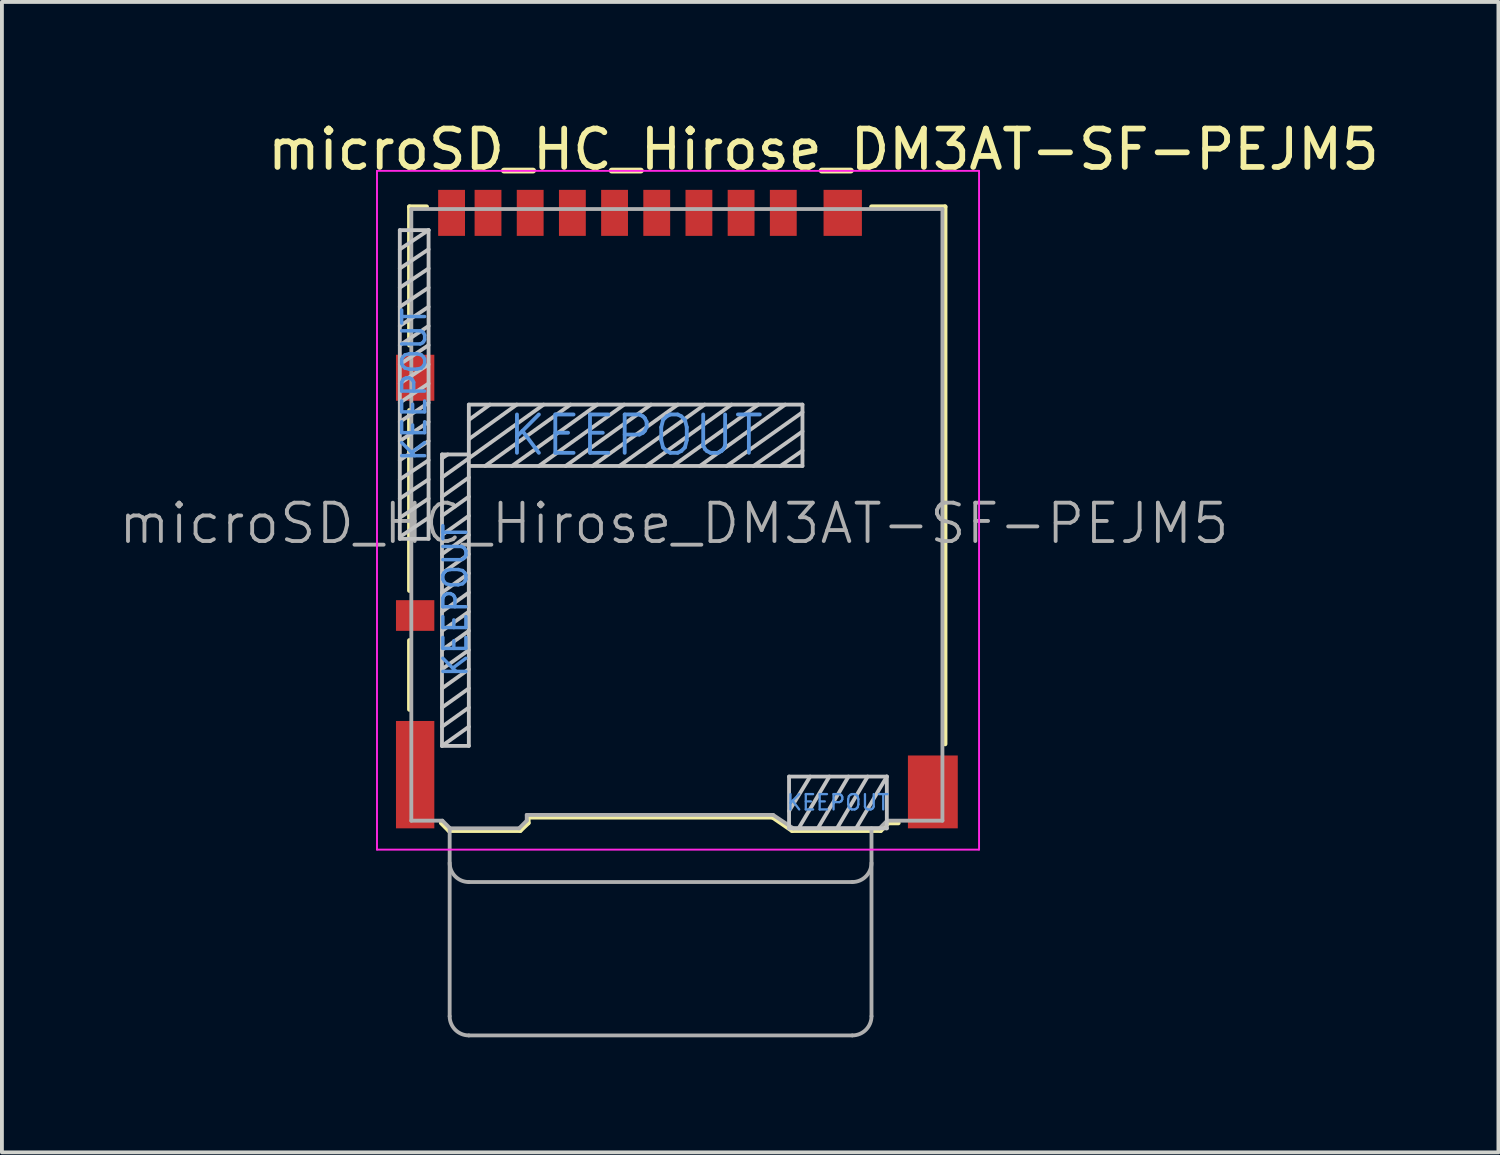
<source format=kicad_pcb>
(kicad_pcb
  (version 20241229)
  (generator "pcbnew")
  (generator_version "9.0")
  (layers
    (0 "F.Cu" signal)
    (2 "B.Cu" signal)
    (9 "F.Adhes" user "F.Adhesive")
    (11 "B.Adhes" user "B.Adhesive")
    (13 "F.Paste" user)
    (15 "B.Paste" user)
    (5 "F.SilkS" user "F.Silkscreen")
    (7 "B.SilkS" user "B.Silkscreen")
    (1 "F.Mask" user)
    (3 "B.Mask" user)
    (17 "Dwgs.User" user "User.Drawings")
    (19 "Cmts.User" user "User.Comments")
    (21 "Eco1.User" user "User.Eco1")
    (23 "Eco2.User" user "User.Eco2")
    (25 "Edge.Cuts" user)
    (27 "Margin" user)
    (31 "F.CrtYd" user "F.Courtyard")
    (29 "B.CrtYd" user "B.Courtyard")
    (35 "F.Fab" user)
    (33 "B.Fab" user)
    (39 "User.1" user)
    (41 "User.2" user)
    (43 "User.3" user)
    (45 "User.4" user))
  (footprint "microSD_HC_Hirose_DM3AT-SF-PEJM5"
    (layer "F.Cu")
    (at 14.601 10.226)
    (property "Reference" "microSD_HC_Hirose_DM3AT-SF-PEJM5" (at 3.823 -9.378 0) (layer "F.SilkS") (effects (font (size 1 1) (thickness 0.15))))
    (attr smd)
    (fp_line (start -6.975 -7.885) (end -6.975 -4.275) (stroke (width 0.12) (type solid)) (layer "F.SilkS"))
    (fp_line (start -6.975 -2.575) (end -6.975 2.125) (stroke (width 0.12) (type solid)) (layer "F.SilkS"))
    (fp_line (start -6.975 3.425) (end -6.975 5.225) (stroke (width 0.12) (type solid)) (layer "F.SilkS"))
    (fp_line (start -6.525 -7.885) (end -6.975 -7.885) (stroke (width 0.12) (type solid)) (layer "F.SilkS"))
    (fp_line (start -5.945 8.385) (end -6.145 8.185) (stroke (width 0.12) (type solid)) (layer "F.SilkS"))
    (fp_line (start -5.945 8.385) (end -4.085 8.385) (stroke (width 0.12) (type solid)) (layer "F.SilkS"))
    (fp_line (start -4.085 8.385) (end -3.875 8.185) (stroke (width 0.12) (type solid)) (layer "F.SilkS"))
    (fp_line (start -3.875 8.035) (end -3.875 8.185) (stroke (width 0.12) (type solid)) (layer "F.SilkS"))
    (fp_line (start -3.875 8.035) (end 2.495 8.035) (stroke (width 0.12) (type solid)) (layer "F.SilkS"))
    (fp_line (start 3.005 8.385) (end 2.495 8.035) (stroke (width 0.12) (type solid)) (layer "F.SilkS"))
    (fp_line (start 5.075 -7.885) (end 6.995 -7.885) (stroke (width 0.12) (type solid)) (layer "F.SilkS"))
    (fp_line (start 5.315 8.385) (end 3.005 8.385) (stroke (width 0.12) (type solid)) (layer "F.SilkS"))
    (fp_line (start 5.315 8.385) (end 5.515 8.185) (stroke (width 0.12) (type solid)) (layer "F.SilkS"))
    (fp_line (start 5.515 8.185) (end 5.775 8.185) (stroke (width 0.12) (type solid)) (layer "F.SilkS"))
    (fp_line (start 6.995 -7.885) (end 6.995 6.125) (stroke (width 0.12) (type solid)) (layer "F.SilkS"))
    (fp_line (start -7.225 -7.275) (end -6.475 -7.275) (stroke (width 0.1) (type solid)) (layer "Dwgs.User"))
    (fp_line (start -7.225 0.775) (end -7.225 -7.275) (stroke (width 0.1) (type solid)) (layer "Dwgs.User"))
    (fp_line (start -6.475 -7.275) (end -7.225 -6.775) (stroke (width 0.1) (type solid)) (layer "Dwgs.User"))
    (fp_line (start -6.475 -7.275) (end -6.475 0.775) (stroke (width 0.1) (type solid)) (layer "Dwgs.User"))
    (fp_line (start -6.475 -6.775) (end -7.225 -6.275) (stroke (width 0.1) (type solid)) (layer "Dwgs.User"))
    (fp_line (start -6.475 -6.275) (end -7.225 -5.775) (stroke (width 0.1) (type solid)) (layer "Dwgs.User"))
    (fp_line (start -6.475 -5.775) (end -7.225 -5.275) (stroke (width 0.1) (type solid)) (layer "Dwgs.User"))
    (fp_line (start -6.475 -5.275) (end -7.225 -4.775) (stroke (width 0.1) (type solid)) (layer "Dwgs.User"))
    (fp_line (start -6.475 -4.775) (end -7.225 -4.275) (stroke (width 0.1) (type solid)) (layer "Dwgs.User"))
    (fp_line (start -6.475 -4.275) (end -7.225 -3.775) (stroke (width 0.1) (type solid)) (layer "Dwgs.User"))
    (fp_line (start -6.475 -3.775) (end -7.225 -3.275) (stroke (width 0.1) (type solid)) (layer "Dwgs.User"))
    (fp_line (start -6.475 -3.275) (end -7.225 -2.775) (stroke (width 0.1) (type solid)) (layer "Dwgs.User"))
    (fp_line (start -6.475 -2.775) (end -7.225 -2.275) (stroke (width 0.1) (type solid)) (layer "Dwgs.User"))
    (fp_line (start -6.475 -2.275) (end -7.225 -1.775) (stroke (width 0.1) (type solid)) (layer "Dwgs.User"))
    (fp_line (start -6.475 -1.775) (end -7.225 -1.275) (stroke (width 0.1) (type solid)) (layer "Dwgs.User"))
    (fp_line (start -6.475 -1.275) (end -7.225 -0.775) (stroke (width 0.1) (type solid)) (layer "Dwgs.User"))
    (fp_line (start -6.475 -0.775) (end -7.225 -0.275) (stroke (width 0.1) (type solid)) (layer "Dwgs.User"))
    (fp_line (start -6.475 -0.275) (end -7.225 0.225) (stroke (width 0.1) (type solid)) (layer "Dwgs.User"))
    (fp_line (start -6.475 0.225) (end -7.225 0.725) (stroke (width 0.1) (type solid)) (layer "Dwgs.User"))
    (fp_line (start -6.475 0.775) (end -7.225 0.775) (stroke (width 0.1) (type solid)) (layer "Dwgs.User"))
    (fp_line (start -6.125 -1.425) (end -5.425 -1.425) (stroke (width 0.1) (type solid)) (layer "Dwgs.User"))
    (fp_line (start -6.125 -1.325) (end -5.975 -1.425) (stroke (width 0.1) (type solid)) (layer "Dwgs.User"))
    (fp_line (start -6.125 -0.825) (end -5.425 -1.325) (stroke (width 0.1) (type solid)) (layer "Dwgs.User"))
    (fp_line (start -6.125 -0.325) (end -5.425 -0.825) (stroke (width 0.1) (type solid)) (layer "Dwgs.User"))
    (fp_line (start -6.125 0.175) (end -5.425 -0.325) (stroke (width 0.1) (type solid)) (layer "Dwgs.User"))
    (fp_line (start -6.125 0.675) (end -5.425 0.175) (stroke (width 0.1) (type solid)) (layer "Dwgs.User"))
    (fp_line (start -6.125 1.175) (end -5.425 0.675) (stroke (width 0.1) (type solid)) (layer "Dwgs.User"))
    (fp_line (start -6.125 1.675) (end -5.425 1.175) (stroke (width 0.1) (type solid)) (layer "Dwgs.User"))
    (fp_line (start -6.125 2.175) (end -5.425 1.675) (stroke (width 0.1) (type solid)) (layer "Dwgs.User"))
    (fp_line (start -6.125 2.675) (end -5.425 2.175) (stroke (width 0.1) (type solid)) (layer "Dwgs.User"))
    (fp_line (start -6.125 3.175) (end -5.425 2.675) (stroke (width 0.1) (type solid)) (layer "Dwgs.User"))
    (fp_line (start -6.125 3.675) (end -5.425 3.175) (stroke (width 0.1) (type solid)) (layer "Dwgs.User"))
    (fp_line (start -6.125 4.175) (end -5.425 3.675) (stroke (width 0.1) (type solid)) (layer "Dwgs.User"))
    (fp_line (start -6.125 4.675) (end -5.425 4.175) (stroke (width 0.1) (type solid)) (layer "Dwgs.User"))
    (fp_line (start -6.125 5.175) (end -5.425 4.675) (stroke (width 0.1) (type solid)) (layer "Dwgs.User"))
    (fp_line (start -6.125 5.675) (end -5.425 5.175) (stroke (width 0.1) (type solid)) (layer "Dwgs.User"))
    (fp_line (start -6.125 6.175) (end -6.125 -1.425) (stroke (width 0.1) (type solid)) (layer "Dwgs.User"))
    (fp_line (start -6.125 6.175) (end -5.425 5.675) (stroke (width 0.1) (type solid)) (layer "Dwgs.User"))
    (fp_line (start -5.425 -2.725) (end -5.425 6.175) (stroke (width 0.1) (type solid)) (layer "Dwgs.User"))
    (fp_line (start -5.425 -2.725) (end 3.275 -2.725) (stroke (width 0.1) (type solid)) (layer "Dwgs.User"))
    (fp_line (start -5.425 -1.325) (end -3.475 -2.725) (stroke (width 0.1) (type solid)) (layer "Dwgs.User"))
    (fp_line (start -5.425 6.175) (end -6.125 6.175) (stroke (width 0.1) (type solid)) (layer "Dwgs.User"))
    (fp_line (start -4.875 -2.725) (end -5.425 -2.325) (stroke (width 0.1) (type solid)) (layer "Dwgs.User"))
    (fp_line (start -4.175 -2.725) (end -5.425 -1.825) (stroke (width 0.1) (type solid)) (layer "Dwgs.User"))
    (fp_line (start -2.775 -2.725) (end -5 -1.125) (stroke (width 0.1) (type solid)) (layer "Dwgs.User"))
    (fp_line (start -2.075 -2.725) (end -4.3 -1.125) (stroke (width 0.1) (type solid)) (layer "Dwgs.User"))
    (fp_line (start -1.375 -2.725) (end -3.6 -1.125) (stroke (width 0.1) (type solid)) (layer "Dwgs.User"))
    (fp_line (start -0.675 -2.725) (end -2.9 -1.125) (stroke (width 0.1) (type solid)) (layer "Dwgs.User"))
    (fp_line (start 0.025 -2.725) (end -2.2 -1.125) (stroke (width 0.1) (type solid)) (layer "Dwgs.User"))
    (fp_line (start 0.725 -2.725) (end -1.5 -1.125) (stroke (width 0.1) (type solid)) (layer "Dwgs.User"))
    (fp_line (start 1.425 -2.725) (end -0.8 -1.125) (stroke (width 0.1) (type solid)) (layer "Dwgs.User"))
    (fp_line (start 2.125 -2.725) (end -0.1 -1.125) (stroke (width 0.1) (type solid)) (layer "Dwgs.User"))
    (fp_line (start 2.825 -2.725) (end 0.6 -1.125) (stroke (width 0.1) (type solid)) (layer "Dwgs.User"))
    (fp_line (start 2.925 6.975) (end 5.475 6.975) (stroke (width 0.1) (type solid)) (layer "Dwgs.User"))
    (fp_line (start 2.925 8.325) (end 2.925 6.975) (stroke (width 0.1) (type solid)) (layer "Dwgs.User"))
    (fp_line (start 3.275 -2.725) (end 3.275 -1.125) (stroke (width 0.1) (type solid)) (layer "Dwgs.User"))
    (fp_line (start 3.275 -2.525) (end 1.3 -1.125) (stroke (width 0.1) (type solid)) (layer "Dwgs.User"))
    (fp_line (start 3.275 -2.025) (end 2 -1.125) (stroke (width 0.1) (type solid)) (layer "Dwgs.User"))
    (fp_line (start 3.275 -1.525) (end 2.7 -1.125) (stroke (width 0.1) (type solid)) (layer "Dwgs.User"))
    (fp_line (start 3.275 -1.125) (end -5.425 -1.125) (stroke (width 0.1) (type solid)) (layer "Dwgs.User"))
    (fp_line (start 3.475 6.975) (end 2.925 7.875) (stroke (width 0.1) (type solid)) (layer "Dwgs.User"))
    (fp_line (start 3.975 6.975) (end 3.175 8.325) (stroke (width 0.1) (type solid)) (layer "Dwgs.User"))
    (fp_line (start 4.475 6.975) (end 3.675 8.325) (stroke (width 0.1) (type solid)) (layer "Dwgs.User"))
    (fp_line (start 4.975 6.975) (end 4.175 8.325) (stroke (width 0.1) (type solid)) (layer "Dwgs.User"))
    (fp_line (start 5.475 6.975) (end 4.675 8.325) (stroke (width 0.1) (type solid)) (layer "Dwgs.User"))
    (fp_line (start 5.475 6.975) (end 5.475 8.325) (stroke (width 0.1) (type solid)) (layer "Dwgs.User"))
    (fp_line (start 5.475 8.325) (end 2.925 8.325) (stroke (width 0.1) (type solid)) (layer "Dwgs.User"))
    (fp_line (start -7.82 -8.82) (end 7.88 -8.82) (stroke (width 0.05) (type solid)) (layer "F.CrtYd"))
    (fp_line (start -7.82 8.88) (end -7.82 -8.82) (stroke (width 0.05) (type solid)) (layer "F.CrtYd"))
    (fp_line (start 7.88 -8.82) (end 7.88 8.88) (stroke (width 0.05) (type solid)) (layer "F.CrtYd"))
    (fp_line (start 7.88 8.88) (end -7.82 8.88) (stroke (width 0.05) (type solid)) (layer "F.CrtYd"))
    (fp_line (start -6.925 8.125) (end -6.925 -7.825) (stroke (width 0.1) (type solid)) (layer "F.Fab"))
    (fp_line (start -6.115 8.125) (end -6.925 8.125) (stroke (width 0.1) (type solid)) (layer "F.Fab"))
    (fp_line (start -5.925 8.325) (end -5.925 13.225) (stroke (width 0.1) (type solid)) (layer "F.Fab"))
    (fp_line (start -5.915 8.325) (end -6.115 8.125) (stroke (width 0.1) (type solid)) (layer "F.Fab"))
    (fp_line (start -5.425 9.725) (end 4.575 9.725) (stroke (width 0.1) (type solid)) (layer "F.Fab"))
    (fp_line (start -5.425 13.725) (end 4.575 13.725) (stroke (width 0.1) (type solid)) (layer "F.Fab"))
    (fp_line (start -4.115 8.325) (end -5.915 8.325) (stroke (width 0.1) (type solid)) (layer "F.Fab"))
    (fp_line (start -3.915 8.125) (end -4.115 8.325) (stroke (width 0.1) (type solid)) (layer "F.Fab"))
    (fp_line (start -3.915 8.125) (end -3.915 7.975) (stroke (width 0.1) (type solid)) (layer "F.Fab"))
    (fp_line (start 2.51 7.975) (end -3.915 7.975) (stroke (width 0.1) (type solid)) (layer "F.Fab"))
    (fp_line (start 3.035 8.325) (end 2.51 7.975) (stroke (width 0.1) (type solid)) (layer "F.Fab"))
    (fp_line (start 5.075 13.225) (end 5.075 8.325) (stroke (width 0.1) (type solid)) (layer "F.Fab"))
    (fp_line (start 5.285 8.325) (end 3.035 8.325) (stroke (width 0.1) (type solid)) (layer "F.Fab"))
    (fp_line (start 5.285 8.325) (end 5.485 8.125) (stroke (width 0.1) (type solid)) (layer "F.Fab"))
    (fp_line (start 5.485 8.125) (end 6.925 8.125) (stroke (width 0.1) (type solid)) (layer "F.Fab"))
    (fp_line (start 6.925 -7.825) (end -6.925 -7.825) (stroke (width 0.1) (type solid)) (layer "F.Fab"))
    (fp_line (start 6.925 8.125) (end 6.925 -7.825) (stroke (width 0.1) (type solid)) (layer "F.Fab"))
    (fp_arc (start -5.425 9.725) (mid -5.778553 9.578553) (end -5.925 9.225) (stroke (width 0.1) (type solid)) (layer "F.Fab"))
    (fp_arc (start -5.425 13.725) (mid -5.778553 13.578553) (end -5.925 13.225) (stroke (width 0.1) (type solid)) (layer "F.Fab"))
    (fp_arc (start 5.075 9.225) (mid 4.928553 9.578553) (end 4.575 9.725) (stroke (width 0.1) (type solid)) (layer "F.Fab"))
    (fp_arc (start 5.075 13.225) (mid 4.928553 13.578553) (end 4.575 13.725) (stroke (width 0.1) (type solid)) (layer "F.Fab"))
    (fp_text user "KEEPOUT" (at 4.2 7.65 0) (layer "Cmts.User") (effects (font (size 0.4 0.4) (thickness 0.06))))
    (fp_text user "KEEPOUT" (at -5.775 2.375 270) (layer "Cmts.User") (effects (font (size 0.6 0.6) (thickness 0.09))))
    (fp_text user "KEEPOUT" (at -1.075 -1.925 0) (layer "Cmts.User") (effects (font (size 1 1) (thickness 0.1))))
    (fp_text user "KEEPOUT" (at -6.85 -3.25 270) (layer "Cmts.User") (effects (font (size 0.6 0.6) (thickness 0.09))))
    (fp_text user "${REFERENCE}" (at -0.075 0.375 0) (layer "F.Fab") (effects (font (size 1 1) (thickness 0.1))))
    (pad "1" smd rect (at 2.775 -7.725) (size 0.7 1.2) (layers "F.Cu" "F.Mask" "F.Paste"))
    (pad "2" smd rect (at 1.675 -7.725) (size 0.7 1.2) (layers "F.Cu" "F.Mask" "F.Paste"))
    (pad "3" smd rect (at 0.575 -7.725) (size 0.7 1.2) (layers "F.Cu" "F.Mask" "F.Paste"))
    (pad "4" smd rect (at -0.525 -7.725) (size 0.7 1.2) (layers "F.Cu" "F.Mask" "F.Paste"))
    (pad "5" smd rect (at -1.625 -7.725) (size 0.7 1.2) (layers "F.Cu" "F.Mask" "F.Paste"))
    (pad "6" smd rect (at -2.725 -7.725) (size 0.7 1.2) (layers "F.Cu" "F.Mask" "F.Paste"))
    (pad "7" smd rect (at -3.825 -7.725) (size 0.7 1.2) (layers "F.Cu" "F.Mask" "F.Paste"))
    (pad "8" smd rect (at -4.925 -7.725) (size 0.7 1.2) (layers "F.Cu" "F.Mask" "F.Paste"))
    (pad "9" smd rect (at -5.875 -7.725) (size 0.7 1.2) (layers "F.Cu" "F.Mask" "F.Paste"))
    (pad "10" smd rect (at -6.825 2.775) (size 1 0.8) (layers "F.Cu" "F.Mask" "F.Paste"))
    (pad "11" smd rect (at -6.825 -3.425) (size 1 1.2) (layers "F.Cu" "F.Mask" "F.Paste"))
    (pad "11" smd rect (at -6.825 6.925) (size 1 2.8) (layers "F.Cu" "F.Mask" "F.Paste"))
    (pad "11" smd rect (at 4.325 -7.725) (size 1 1.2) (layers "F.Cu" "F.Mask" "F.Paste"))
    (pad "11" smd rect (at 6.675 7.375) (size 1.3 1.9) (layers "F.Cu" "F.Mask" "F.Paste")))
  (gr_rect
    (start -3 -3)
    (end 36.025 27.001)
    (stroke (width 0.1) (type default))
    (fill no)
    (layer "Edge.Cuts")))
</source>
